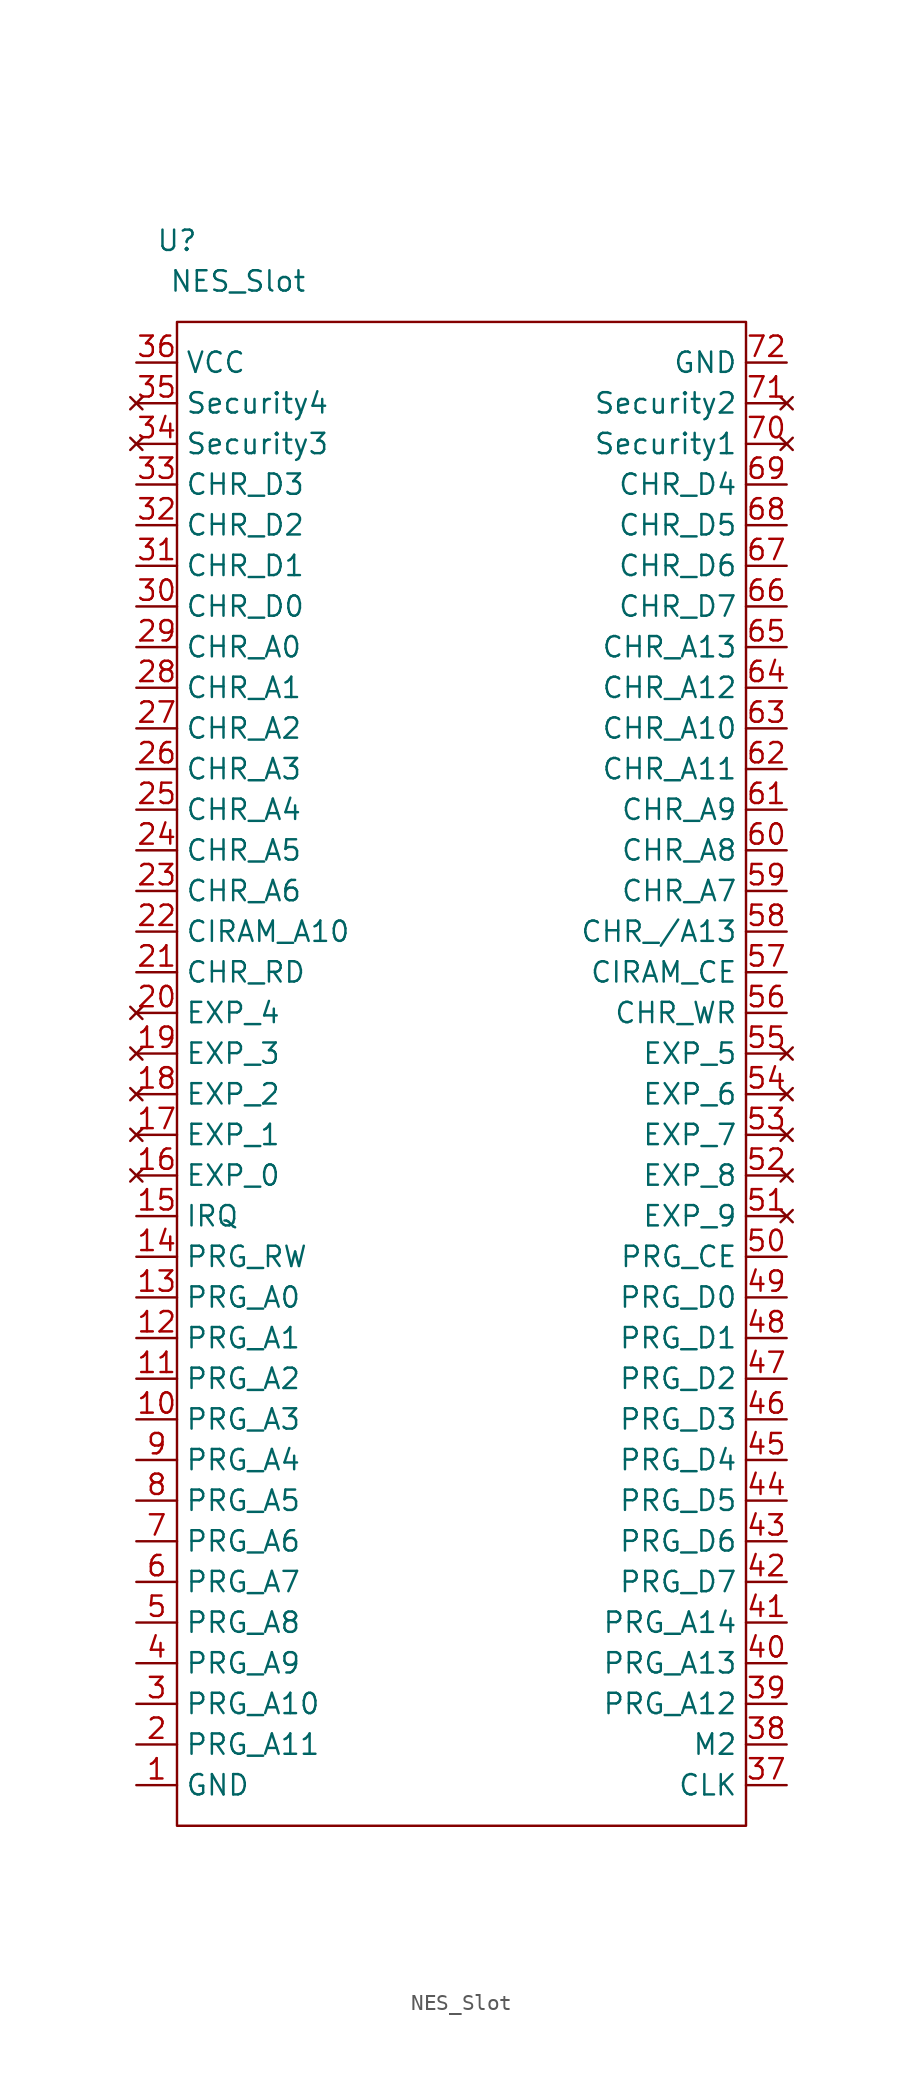
<source format=kicad_sym>
(kicad_symbol_lib
  (version 20211014)
  (generator kicad_symbol_editor)
  (symbol "!OSCR:NES_Slot"
    (property "Reference" "U"
      (at -16.51 44.45 0)
      (effects (font (size 1.27 1.27))))
    (property "Value" "NES_Slot"
      (at -12.7 41.91 0)
      (effects (font (size 1.27 1.27))))
    (symbol "NES_Slot_0_1"
      (rectangle (start -16.51 39.37) (end 19.05 -54.61) (stroke (width 0.152) (type default) (color 0 0 0 0)) (fill (type none))))
    (symbol "NES_Slot_1_1"
      (pin power_in line (at -19.05 -52.07 0) (length 2.54) (name "GND" (effects (font (size 1.27 1.27)))) (number "1" (effects (font (size 1.27 1.27)))))
      (pin input line (at -19.05 -29.21 0) (length 2.54) (name "PRG_A3" (effects (font (size 1.27 1.27)))) (number "10" (effects (font (size 1.27 1.27)))))
      (pin input line (at -19.05 -26.67 0) (length 2.54) (name "PRG_A2" (effects (font (size 1.27 1.27)))) (number "11" (effects (font (size 1.27 1.27)))))
      (pin input line (at -19.05 -24.13 0) (length 2.54) (name "PRG_A1" (effects (font (size 1.27 1.27)))) (number "12" (effects (font (size 1.27 1.27)))))
      (pin input line (at -19.05 -21.59 0) (length 2.54) (name "PRG_A0" (effects (font (size 1.27 1.27)))) (number "13" (effects (font (size 1.27 1.27)))))
      (pin input line (at -19.05 -19.05 0) (length 2.54) (name "PRG_RW" (effects (font (size 1.27 1.27)))) (number "14" (effects (font (size 1.27 1.27)))))
      (pin input line (at -19.05 -16.51 0) (length 2.54) (name "IRQ" (effects (font (size 1.27 1.27)))) (number "15" (effects (font (size 1.27 1.27)))))
      (pin no_connect line (at -19.05 -13.97 0) (length 2.54) (name "EXP_0" (effects (font (size 1.27 1.27)))) (number "16" (effects (font (size 1.27 1.27)))))
      (pin no_connect line (at -19.05 -11.43 0) (length 2.54) (name "EXP_1" (effects (font (size 1.27 1.27)))) (number "17" (effects (font (size 1.27 1.27)))))
      (pin no_connect line (at -19.05 -8.89 0) (length 2.54) (name "EXP_2" (effects (font (size 1.27 1.27)))) (number "18" (effects (font (size 1.27 1.27)))))
      (pin no_connect line (at -19.05 -6.35 0) (length 2.54) (name "EXP_3" (effects (font (size 1.27 1.27)))) (number "19" (effects (font (size 1.27 1.27)))))
      (pin input line (at -19.05 -49.53 0) (length 2.54) (name "PRG_A11" (effects (font (size 1.27 1.27)))) (number "2" (effects (font (size 1.27 1.27)))))
      (pin no_connect line (at -19.05 -3.81 0) (length 2.54) (name "EXP_4" (effects (font (size 1.27 1.27)))) (number "20" (effects (font (size 1.27 1.27)))))
      (pin input line (at -19.05 -1.27 0) (length 2.54) (name "CHR_RD" (effects (font (size 1.27 1.27)))) (number "21" (effects (font (size 1.27 1.27)))))
      (pin input line (at -19.05 1.27 0) (length 2.54) (name "CIRAM_A10" (effects (font (size 1.27 1.27)))) (number "22" (effects (font (size 1.27 1.27)))))
      (pin input line (at -19.05 3.81 0) (length 2.54) (name "CHR_A6" (effects (font (size 1.27 1.27)))) (number "23" (effects (font (size 1.27 1.27)))))
      (pin input line (at -19.05 6.35 0) (length 2.54) (name "CHR_A5" (effects (font (size 1.27 1.27)))) (number "24" (effects (font (size 1.27 1.27)))))
      (pin input line (at -19.05 8.89 0) (length 2.54) (name "CHR_A4" (effects (font (size 1.27 1.27)))) (number "25" (effects (font (size 1.27 1.27)))))
      (pin input line (at -19.05 11.43 0) (length 2.54) (name "CHR_A3" (effects (font (size 1.27 1.27)))) (number "26" (effects (font (size 1.27 1.27)))))
      (pin input line (at -19.05 13.97 0) (length 2.54) (name "CHR_A2" (effects (font (size 1.27 1.27)))) (number "27" (effects (font (size 1.27 1.27)))))
      (pin input line (at -19.05 16.51 0) (length 2.54) (name "CHR_A1" (effects (font (size 1.27 1.27)))) (number "28" (effects (font (size 1.27 1.27)))))
      (pin input line (at -19.05 19.05 0) (length 2.54) (name "CHR_A0" (effects (font (size 1.27 1.27)))) (number "29" (effects (font (size 1.27 1.27)))))
      (pin input line (at -19.05 -46.99 0) (length 2.54) (name "PRG_A10" (effects (font (size 1.27 1.27)))) (number "3" (effects (font (size 1.27 1.27)))))
      (pin bidirectional line (at -19.05 21.59 0) (length 2.54) (name "CHR_D0" (effects (font (size 1.27 1.27)))) (number "30" (effects (font (size 1.27 1.27)))))
      (pin bidirectional line (at -19.05 24.13 0) (length 2.54) (name "CHR_D1" (effects (font (size 1.27 1.27)))) (number "31" (effects (font (size 1.27 1.27)))))
      (pin bidirectional line (at -19.05 26.67 0) (length 2.54) (name "CHR_D2" (effects (font (size 1.27 1.27)))) (number "32" (effects (font (size 1.27 1.27)))))
      (pin bidirectional line (at -19.05 29.21 0) (length 2.54) (name "CHR_D3" (effects (font (size 1.27 1.27)))) (number "33" (effects (font (size 1.27 1.27)))))
      (pin no_connect line (at -19.05 31.75 0) (length 2.54) (name "Security3" (effects (font (size 1.27 1.27)))) (number "34" (effects (font (size 1.27 1.27)))))
      (pin no_connect line (at -19.05 34.29 0) (length 2.54) (name "Security4" (effects (font (size 1.27 1.27)))) (number "35" (effects (font (size 1.27 1.27)))))
      (pin power_in line (at -19.05 36.83 0) (length 2.54) (name "VCC" (effects (font (size 1.27 1.27)))) (number "36" (effects (font (size 1.27 1.27)))))
      (pin input line (at 21.59 -52.07 180) (length 2.54) (name "CLK" (effects (font (size 1.27 1.27)))) (number "37" (effects (font (size 1.27 1.27)))))
      (pin input line (at 21.59 -49.53 180) (length 2.54) (name "M2" (effects (font (size 1.27 1.27)))) (number "38" (effects (font (size 1.27 1.27)))))
      (pin input line (at 21.59 -46.99 180) (length 2.54) (name "PRG_A12" (effects (font (size 1.27 1.27)))) (number "39" (effects (font (size 1.27 1.27)))))
      (pin input line (at -19.05 -44.45 0) (length 2.54) (name "PRG_A9" (effects (font (size 1.27 1.27)))) (number "4" (effects (font (size 1.27 1.27)))))
      (pin input line (at 21.59 -44.45 180) (length 2.54) (name "PRG_A13" (effects (font (size 1.27 1.27)))) (number "40" (effects (font (size 1.27 1.27)))))
      (pin input line (at 21.59 -41.91 180) (length 2.54) (name "PRG_A14" (effects (font (size 1.27 1.27)))) (number "41" (effects (font (size 1.27 1.27)))))
      (pin bidirectional line (at 21.59 -39.37 180) (length 2.54) (name "PRG_D7" (effects (font (size 1.27 1.27)))) (number "42" (effects (font (size 1.27 1.27)))))
      (pin bidirectional line (at 21.59 -36.83 180) (length 2.54) (name "PRG_D6" (effects (font (size 1.27 1.27)))) (number "43" (effects (font (size 1.27 1.27)))))
      (pin bidirectional line (at 21.59 -34.29 180) (length 2.54) (name "PRG_D5" (effects (font (size 1.27 1.27)))) (number "44" (effects (font (size 1.27 1.27)))))
      (pin bidirectional line (at 21.59 -31.75 180) (length 2.54) (name "PRG_D4" (effects (font (size 1.27 1.27)))) (number "45" (effects (font (size 1.27 1.27)))))
      (pin bidirectional line (at 21.59 -29.21 180) (length 2.54) (name "PRG_D3" (effects (font (size 1.27 1.27)))) (number "46" (effects (font (size 1.27 1.27)))))
      (pin bidirectional line (at 21.59 -26.67 180) (length 2.54) (name "PRG_D2" (effects (font (size 1.27 1.27)))) (number "47" (effects (font (size 1.27 1.27)))))
      (pin bidirectional line (at 21.59 -24.13 180) (length 2.54) (name "PRG_D1" (effects (font (size 1.27 1.27)))) (number "48" (effects (font (size 1.27 1.27)))))
      (pin bidirectional line (at 21.59 -21.59 180) (length 2.54) (name "PRG_D0" (effects (font (size 1.27 1.27)))) (number "49" (effects (font (size 1.27 1.27)))))
      (pin input line (at -19.05 -41.91 0) (length 2.54) (name "PRG_A8" (effects (font (size 1.27 1.27)))) (number "5" (effects (font (size 1.27 1.27)))))
      (pin input line (at 21.59 -19.05 180) (length 2.54) (name "PRG_CE" (effects (font (size 1.27 1.27)))) (number "50" (effects (font (size 1.27 1.27)))))
      (pin no_connect line (at 21.59 -16.51 180) (length 2.54) (name "EXP_9" (effects (font (size 1.27 1.27)))) (number "51" (effects (font (size 1.27 1.27)))))
      (pin no_connect line (at 21.59 -13.97 180) (length 2.54) (name "EXP_8" (effects (font (size 1.27 1.27)))) (number "52" (effects (font (size 1.27 1.27)))))
      (pin no_connect line (at 21.59 -11.43 180) (length 2.54) (name "EXP_7" (effects (font (size 1.27 1.27)))) (number "53" (effects (font (size 1.27 1.27)))))
      (pin no_connect line (at 21.59 -8.89 180) (length 2.54) (name "EXP_6" (effects (font (size 1.27 1.27)))) (number "54" (effects (font (size 1.27 1.27)))))
      (pin no_connect line (at 21.59 -6.35 180) (length 2.54) (name "EXP_5" (effects (font (size 1.27 1.27)))) (number "55" (effects (font (size 1.27 1.27)))))
      (pin input line (at 21.59 -3.81 180) (length 2.54) (name "CHR_WR" (effects (font (size 1.27 1.27)))) (number "56" (effects (font (size 1.27 1.27)))))
      (pin input line (at 21.59 -1.27 180) (length 2.54) (name "CIRAM_CE" (effects (font (size 1.27 1.27)))) (number "57" (effects (font (size 1.27 1.27)))))
      (pin input line (at 21.59 1.27 180) (length 2.54) (name "CHR_/A13" (effects (font (size 1.27 1.27)))) (number "58" (effects (font (size 1.27 1.27)))))
      (pin bidirectional line (at 21.59 3.81 180) (length 2.54) (name "CHR_A7" (effects (font (size 1.27 1.27)))) (number "59" (effects (font (size 1.27 1.27)))))
      (pin input line (at -19.05 -39.37 0) (length 2.54) (name "PRG_A7" (effects (font (size 1.27 1.27)))) (number "6" (effects (font (size 1.27 1.27)))))
      (pin input line (at 21.59 6.35 180) (length 2.54) (name "CHR_A8" (effects (font (size 1.27 1.27)))) (number "60" (effects (font (size 1.27 1.27)))))
      (pin input line (at 21.59 8.89 180) (length 2.54) (name "CHR_A9" (effects (font (size 1.27 1.27)))) (number "61" (effects (font (size 1.27 1.27)))))
      (pin input line (at 21.59 11.43 180) (length 2.54) (name "CHR_A11" (effects (font (size 1.27 1.27)))) (number "62" (effects (font (size 1.27 1.27)))))
      (pin input line (at 21.59 13.97 180) (length 2.54) (name "CHR_A10" (effects (font (size 1.27 1.27)))) (number "63" (effects (font (size 1.27 1.27)))))
      (pin input line (at 21.59 16.51 180) (length 2.54) (name "CHR_A12" (effects (font (size 1.27 1.27)))) (number "64" (effects (font (size 1.27 1.27)))))
      (pin input line (at 21.59 19.05 180) (length 2.54) (name "CHR_A13" (effects (font (size 1.27 1.27)))) (number "65" (effects (font (size 1.27 1.27)))))
      (pin bidirectional line (at 21.59 21.59 180) (length 2.54) (name "CHR_D7" (effects (font (size 1.27 1.27)))) (number "66" (effects (font (size 1.27 1.27)))))
      (pin bidirectional line (at 21.59 24.13 180) (length 2.54) (name "CHR_D6" (effects (font (size 1.27 1.27)))) (number "67" (effects (font (size 1.27 1.27)))))
      (pin bidirectional line (at 21.59 26.67 180) (length 2.54) (name "CHR_D5" (effects (font (size 1.27 1.27)))) (number "68" (effects (font (size 1.27 1.27)))))
      (pin bidirectional line (at 21.59 29.21 180) (length 2.54) (name "CHR_D4" (effects (font (size 1.27 1.27)))) (number "69" (effects (font (size 1.27 1.27)))))
      (pin input line (at -19.05 -36.83 0) (length 2.54) (name "PRG_A6" (effects (font (size 1.27 1.27)))) (number "7" (effects (font (size 1.27 1.27)))))
      (pin no_connect line (at 21.59 31.75 180) (length 2.54) (name "Security1" (effects (font (size 1.27 1.27)))) (number "70" (effects (font (size 1.27 1.27)))))
      (pin no_connect line (at 21.59 34.29 180) (length 2.54) (name "Security2" (effects (font (size 1.27 1.27)))) (number "71" (effects (font (size 1.27 1.27)))))
      (pin power_in line (at 21.59 36.83 180) (length 2.54) (name "GND" (effects (font (size 1.27 1.27)))) (number "72" (effects (font (size 1.27 1.27)))))
      (pin input line (at -19.05 -34.29 0) (length 2.54) (name "PRG_A5" (effects (font (size 1.27 1.27)))) (number "8" (effects (font (size 1.27 1.27)))))
      (pin input line (at -19.05 -31.75 0) (length 2.54) (name "PRG_A4" (effects (font (size 1.27 1.27)))) (number "9" (effects (font (size 1.27 1.27))))))))
</source>
